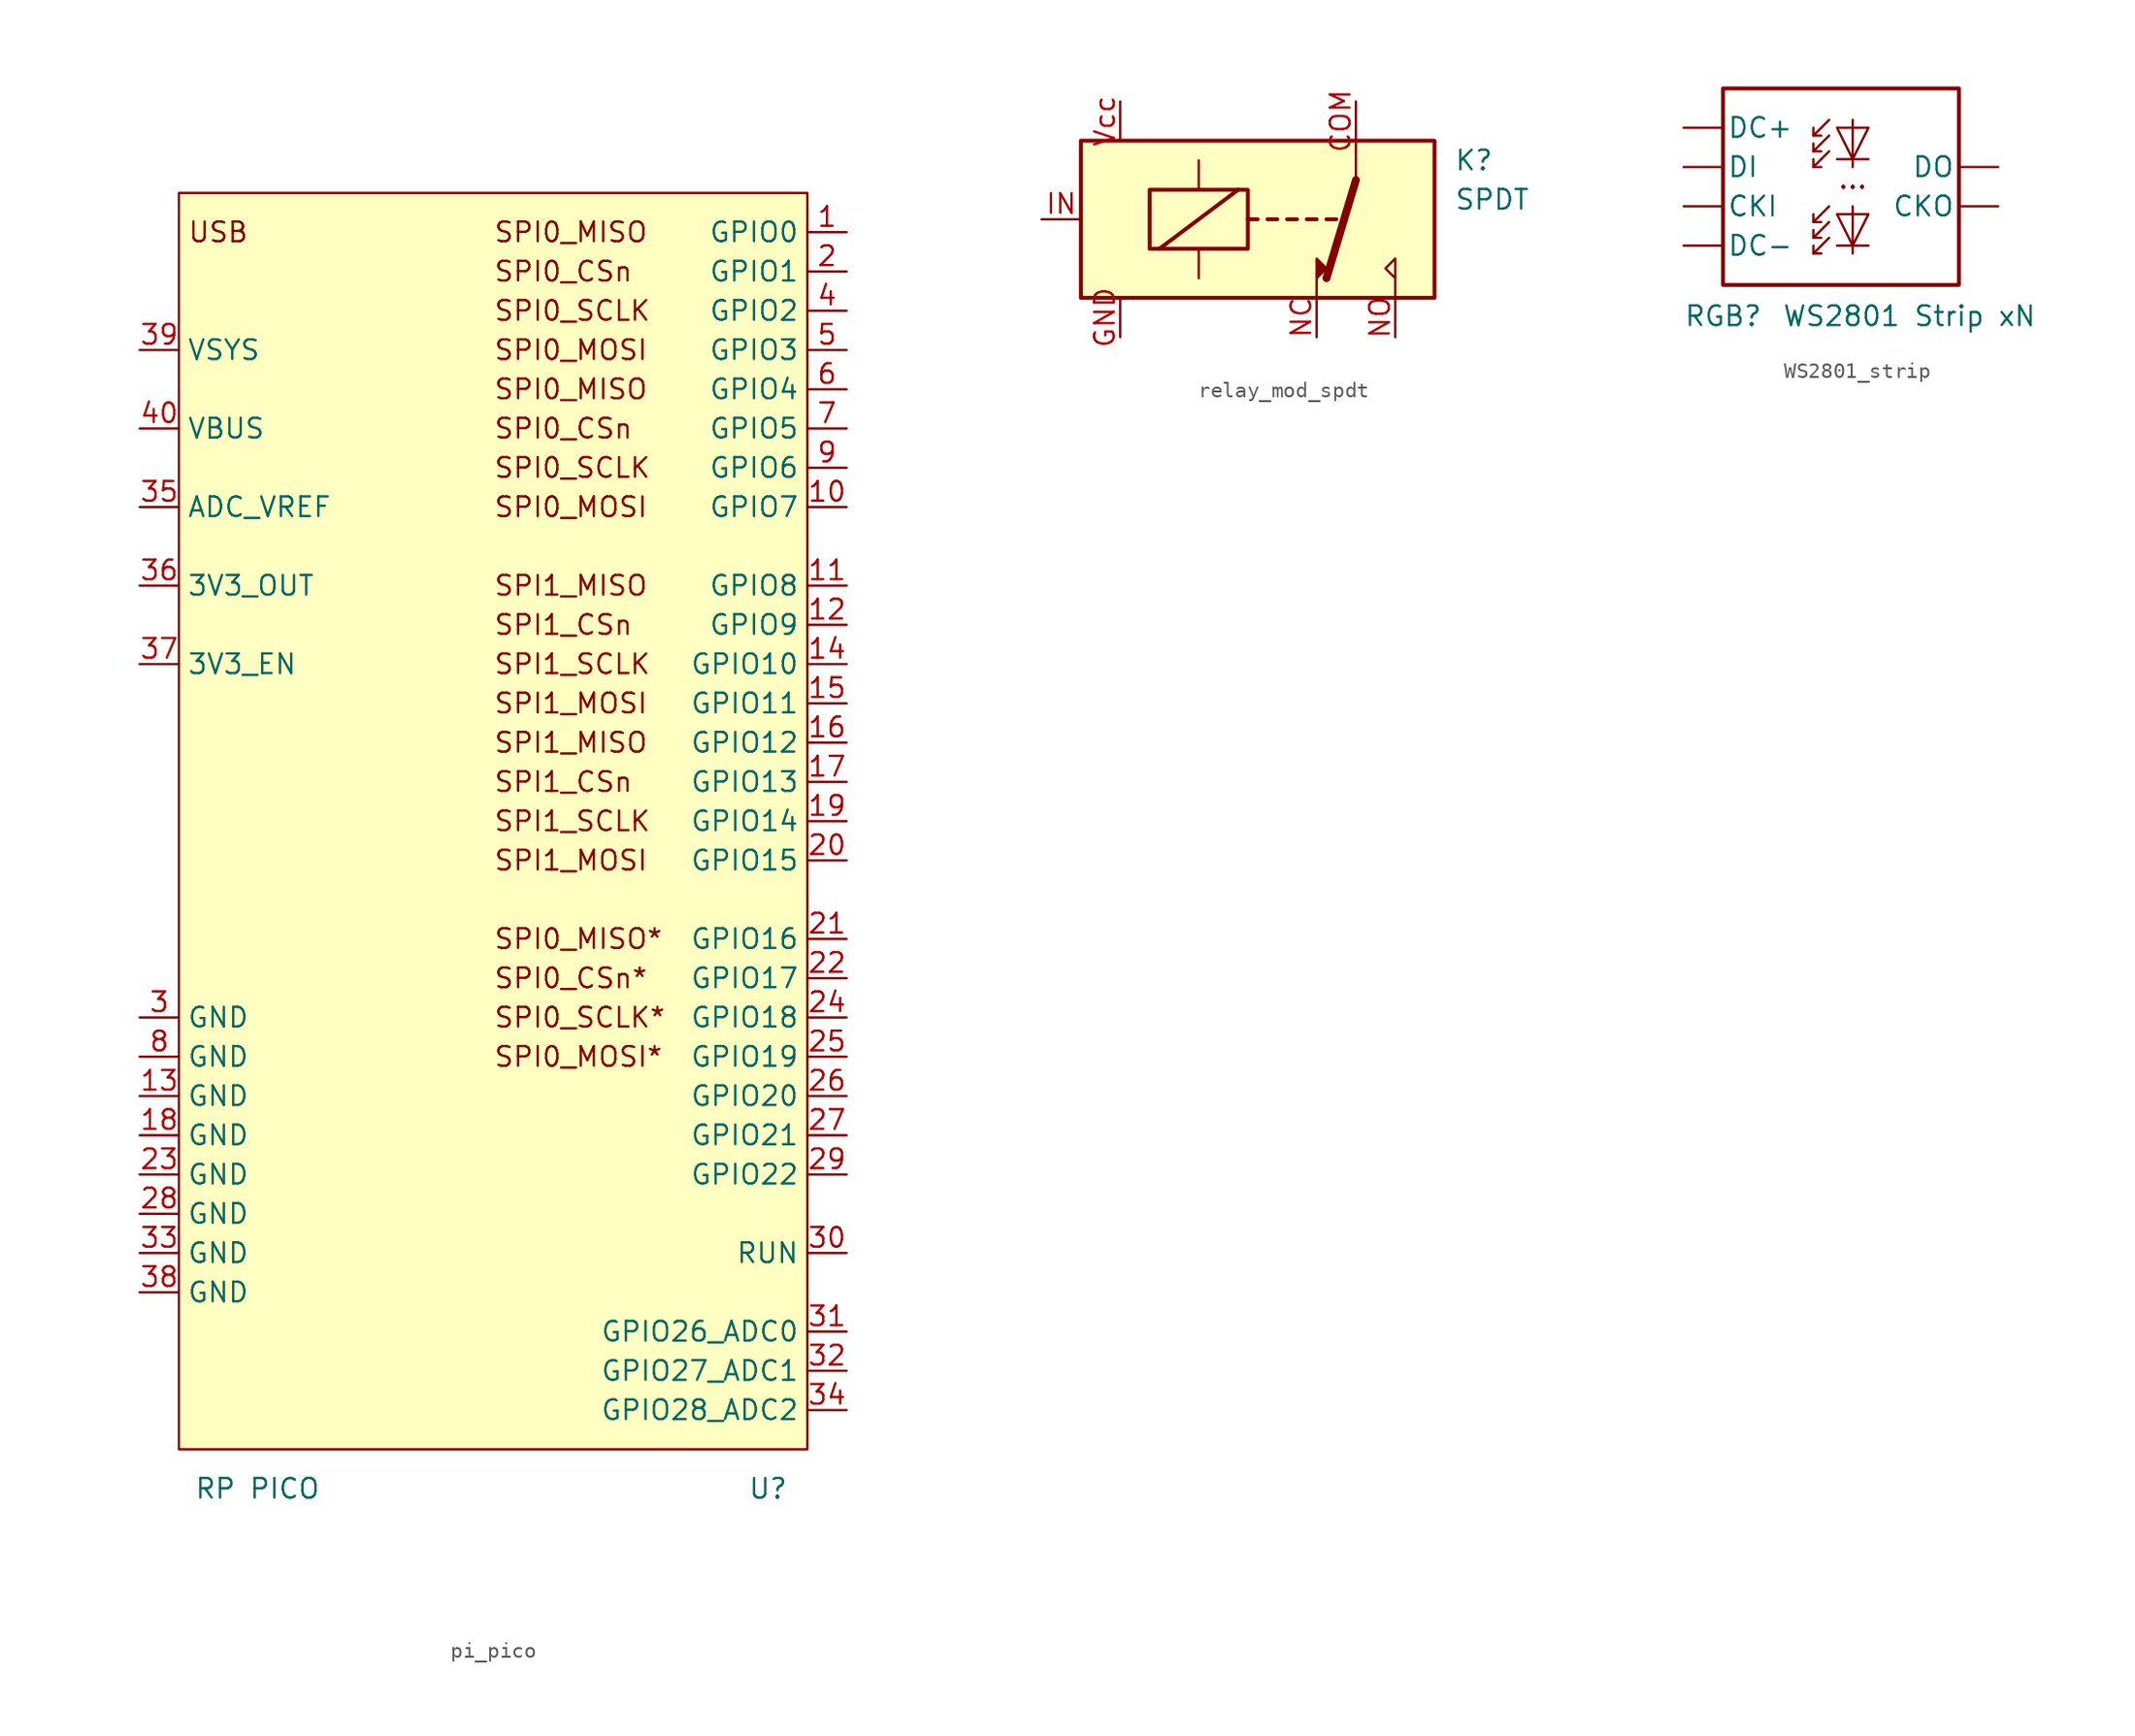
<source format=kicad_sym>
(kicad_symbol_lib
  (version 20220914)
  (generator kicad_symbol_editor)
  (symbol "pi_pico"
    (property "Reference" "U"
      (at 17.78 -43.18 0)
      (effects (font (size 1.27 1.27))))
    (property "Value" "RP PICO"
      (at -15.24 -43.18 0)
      (effects (font (size 1.27 1.27))))
    (symbol "pi_pico_0_0"
      (pin unspecified line (at 22.86 20.32 180) (length 2.54) (name "GPIO7" (effects (font (size 1.27 1.27)))) (number "10" (effects (font (size 1.27 1.27)))))
      (pin unspecified line (at 22.86 15.24 180) (length 2.54) (name "GPIO8" (effects (font (size 1.27 1.27)))) (number "11" (effects (font (size 1.27 1.27)))))
      (pin unspecified line (at 22.86 12.7 180) (length 2.54) (name "GPIO9" (effects (font (size 1.27 1.27)))) (number "12" (effects (font (size 1.27 1.27)))))
      (pin passive line (at -22.86 -17.78 0) (length 2.54) (name "GND" (effects (font (size 1.27 1.27)))) (number "13" (effects (font (size 1.27 1.27)))))
      (pin unspecified line (at 22.86 10.16 180) (length 2.54) (name "GPIO10" (effects (font (size 1.27 1.27)))) (number "14" (effects (font (size 1.27 1.27)))))
      (pin unspecified line (at 22.86 7.62 180) (length 2.54) (name "GPIO11" (effects (font (size 1.27 1.27)))) (number "15" (effects (font (size 1.27 1.27)))))
      (pin unspecified line (at 22.86 5.08 180) (length 2.54) (name "GPIO12" (effects (font (size 1.27 1.27)))) (number "16" (effects (font (size 1.27 1.27)))))
      (pin unspecified line (at 22.86 2.54 180) (length 2.54) (name "GPIO13" (effects (font (size 1.27 1.27)))) (number "17" (effects (font (size 1.27 1.27)))))
      (pin passive line (at -22.86 -20.32 0) (length 2.54) (name "GND" (effects (font (size 1.27 1.27)))) (number "18" (effects (font (size 1.27 1.27)))))
      (pin unspecified line (at 22.86 0 180) (length 2.54) (name "GPIO14" (effects (font (size 1.27 1.27)))) (number "19" (effects (font (size 1.27 1.27)))))
      (pin unspecified line (at 22.86 35.56 180) (length 2.54) (name "GPIO1" (effects (font (size 1.27 1.27)))) (number "2" (effects (font (size 1.27 1.27)))))
      (pin unspecified line (at 22.86 -2.54 180) (length 2.54) (name "GPIO15" (effects (font (size 1.27 1.27)))) (number "20" (effects (font (size 1.27 1.27)))))
      (pin unspecified line (at 22.86 -7.62 180) (length 2.54) (name "GPIO16" (effects (font (size 1.27 1.27)))) (number "21" (effects (font (size 1.27 1.27)))))
      (pin unspecified line (at 22.86 -10.16 180) (length 2.54) (name "GPIO17" (effects (font (size 1.27 1.27)))) (number "22" (effects (font (size 1.27 1.27)))))
      (pin passive line (at -22.86 -22.86 0) (length 2.54) (name "GND" (effects (font (size 1.27 1.27)))) (number "23" (effects (font (size 1.27 1.27)))))
      (pin unspecified line (at 22.86 -12.7 180) (length 2.54) (name "GPIO18" (effects (font (size 1.27 1.27)))) (number "24" (effects (font (size 1.27 1.27)))))
      (pin unspecified line (at 22.86 -15.24 180) (length 2.54) (name "GPIO19" (effects (font (size 1.27 1.27)))) (number "25" (effects (font (size 1.27 1.27)))))
      (pin unspecified line (at 22.86 -17.78 180) (length 2.54) (name "GPIO20" (effects (font (size 1.27 1.27)))) (number "26" (effects (font (size 1.27 1.27)))))
      (pin unspecified line (at 22.86 -20.32 180) (length 2.54) (name "GPIO21" (effects (font (size 1.27 1.27)))) (number "27" (effects (font (size 1.27 1.27)))))
      (pin passive line (at -22.86 -25.4 0) (length 2.54) (name "GND" (effects (font (size 1.27 1.27)))) (number "28" (effects (font (size 1.27 1.27)))))
      (pin unspecified line (at 22.86 -22.86 180) (length 2.54) (name "GPIO22" (effects (font (size 1.27 1.27)))) (number "29" (effects (font (size 1.27 1.27)))))
      (pin passive line (at -22.86 -12.7 0) (length 2.54) (name "GND" (effects (font (size 1.27 1.27)))) (number "3" (effects (font (size 1.27 1.27)))))
      (pin unspecified line (at 22.86 -27.94 180) (length 2.54) (name "RUN" (effects (font (size 1.27 1.27)))) (number "30" (effects (font (size 1.27 1.27)))))
      (pin passive line (at -22.86 -27.94 0) (length 2.54) (name "GND" (effects (font (size 1.27 1.27)))) (number "33" (effects (font (size 1.27 1.27)))))
      (pin unspecified line (at -22.86 10.16 0) (length 2.54) (name "3V3_EN" (effects (font (size 1.27 1.27)))) (number "37" (effects (font (size 1.27 1.27)))))
      (pin passive line (at -22.86 -30.48 0) (length 2.54) (name "GND" (effects (font (size 1.27 1.27)))) (number "38" (effects (font (size 1.27 1.27)))))
      (pin unspecified line (at 22.86 33.02 180) (length 2.54) (name "GPIO2" (effects (font (size 1.27 1.27)))) (number "4" (effects (font (size 1.27 1.27)))))
      (pin unspecified line (at 22.86 30.48 180) (length 2.54) (name "GPIO3" (effects (font (size 1.27 1.27)))) (number "5" (effects (font (size 1.27 1.27)))))
      (pin unspecified line (at 22.86 27.94 180) (length 2.54) (name "GPIO4" (effects (font (size 1.27 1.27)))) (number "6" (effects (font (size 1.27 1.27)))))
      (pin unspecified line (at 22.86 25.4 180) (length 2.54) (name "GPIO5" (effects (font (size 1.27 1.27)))) (number "7" (effects (font (size 1.27 1.27)))))
      (pin passive line (at -22.86 -15.24 0) (length 2.54) (name "GND" (effects (font (size 1.27 1.27)))) (number "8" (effects (font (size 1.27 1.27)))))
      (pin unspecified line (at 22.86 22.86 180) (length 2.54) (name "GPIO6" (effects (font (size 1.27 1.27)))) (number "9" (effects (font (size 1.27 1.27))))))
    (symbol "pi_pico_1_0"
      (pin unspecified line (at 22.86 38.1 180) (length 2.54) (name "GPIO0" (effects (font (size 1.27 1.27)))) (number "1" (effects (font (size 1.27 1.27)))))
      (pin unspecified line (at 22.86 -33.02 180) (length 2.54) (name "GPIO26_ADC0" (effects (font (size 1.27 1.27)))) (number "31" (effects (font (size 1.27 1.27)))))
      (pin unspecified line (at 22.86 -35.56 180) (length 2.54) (name "GPIO27_ADC1" (effects (font (size 1.27 1.27)))) (number "32" (effects (font (size 1.27 1.27)))))
      (pin unspecified line (at 22.86 -38.1 180) (length 2.54) (name "GPIO28_ADC2" (effects (font (size 1.27 1.27)))) (number "34" (effects (font (size 1.27 1.27)))))
      (pin input line (at -22.86 20.32 0) (length 2.54) (name "ADC_VREF" (effects (font (size 1.27 1.27)))) (number "35" (effects (font (size 1.27 1.27)))))
      (pin power_out line (at -22.86 15.24 0) (length 2.54) (name "3V3_OUT" (effects (font (size 1.27 1.27)))) (number "36" (effects (font (size 1.27 1.27)))))
      (pin power_in line (at -22.86 30.48 0) (length 2.54) (name "VSYS" (effects (font (size 1.27 1.27)))) (number "39" (effects (font (size 1.27 1.27)))))
      (pin power_out line (at -22.86 25.4 0) (length 2.54) (name "VBUS" (effects (font (size 1.27 1.27)))) (number "40" (effects (font (size 1.27 1.27))))))
    (symbol "pi_pico_1_1"
      (rectangle (start -20.32 40.64) (end 20.32 -40.64) (stroke (width 0) (type default)) (fill (type background)))
      (text "SPI0_CSn" (at 0 25.4 0) (effects (font (size 1.27 1.27)) (justify left)))
      (text "SPI0_CSn" (at 0 35.56 0) (effects (font (size 1.27 1.27)) (justify left)))
      (text "SPI0_CSn*" (at 0 -10.16 0) (effects (font (size 1.27 1.27)) (justify left)))
      (text "SPI0_MISO" (at 0 27.94 0) (effects (font (size 1.27 1.27)) (justify left)))
      (text "SPI0_MISO" (at 0 38.1 0) (effects (font (size 1.27 1.27)) (justify left)))
      (text "SPI0_MISO*" (at 0 -7.62 0) (effects (font (size 1.27 1.27)) (justify left)))
      (text "SPI0_MOSI" (at 0 20.32 0) (effects (font (size 1.27 1.27)) (justify left)))
      (text "SPI0_MOSI" (at 0 30.48 0) (effects (font (size 1.27 1.27)) (justify left)))
      (text "SPI0_MOSI*" (at 0 -15.24 0) (effects (font (size 1.27 1.27)) (justify left)))
      (text "SPI0_SCLK" (at 0 22.86 0) (effects (font (size 1.27 1.27)) (justify left)))
      (text "SPI0_SCLK" (at 0 33.02 0) (effects (font (size 1.27 1.27)) (justify left)))
      (text "SPI0_SCLK*" (at 0 -12.7 0) (effects (font (size 1.27 1.27)) (justify left)))
      (text "SPI1_CSn" (at 0 2.54 0) (effects (font (size 1.27 1.27)) (justify left)))
      (text "SPI1_CSn" (at 0 12.7 0) (effects (font (size 1.27 1.27)) (justify left)))
      (text "SPI1_MISO" (at 0 5.08 0) (effects (font (size 1.27 1.27)) (justify left)))
      (text "SPI1_MISO" (at 0 15.24 0) (effects (font (size 1.27 1.27)) (justify left)))
      (text "SPI1_MOSI" (at 0 -2.54 0) (effects (font (size 1.27 1.27)) (justify left)))
      (text "SPI1_MOSI" (at 0 7.62 0) (effects (font (size 1.27 1.27)) (justify left)))
      (text "SPI1_SCLK" (at 0 0 0) (effects (font (size 1.27 1.27)) (justify left)))
      (text "SPI1_SCLK" (at 0 10.16 0) (effects (font (size 1.27 1.27)) (justify left)))
      (text "USB" (at -17.78 38.1 0) (effects (font (size 1.27 1.27))))))
  (symbol "relay_mod_spdt"
    (pin_names
      (offset 0.002))
    (property "Reference" "K"
      (at 11.43 3.81 0)
      (effects (font (size 1.27 1.27)) (justify left)))
    (property "Value" "SPDT"
      (at 11.43 1.27 0)
      (effects (font (size 1.27 1.27)) (justify left)))
    (symbol "relay_mod_spdt_0_0"
      (polyline (pts (xy 7.62 -5.08) (xy 7.62 -2.54) (xy 6.985 -3.175) (xy 7.62 -3.81)) (stroke (width 0) (type default)) (fill (type none))))
    (symbol "relay_mod_spdt_0_1"
      (rectangle (start -12.7 5.08) (end 10.16 -5.08) (stroke (width 0.254) (type default)) (fill (type background)))
      (rectangle (start -8.255 1.905) (end -1.905 -1.905) (stroke (width 0.254) (type default)) (fill (type none)))
      (polyline (pts (xy -7.62 -1.905) (xy -2.54 1.905)) (stroke (width 0.254) (type default)) (fill (type none)))
      (polyline (pts (xy -5.08 -3.81) (xy -5.08 -1.905)) (stroke (width 0) (type default)) (fill (type none)))
      (polyline (pts (xy -5.08 3.81) (xy -5.08 1.905)) (stroke (width 0) (type default)) (fill (type none)))
      (polyline (pts (xy -1.905 0) (xy -1.27 0)) (stroke (width 0.254) (type default)) (fill (type none)))
      (polyline (pts (xy -0.635 0) (xy 0 0)) (stroke (width 0.254) (type default)) (fill (type none)))
      (polyline (pts (xy 0.635 0) (xy 1.27 0)) (stroke (width 0.254) (type default)) (fill (type none)))
      (polyline (pts (xy 1.905 0) (xy 2.54 0)) (stroke (width 0.254) (type default)) (fill (type none)))
      (polyline (pts (xy 3.175 0) (xy 3.81 0)) (stroke (width 0.254) (type default)) (fill (type none)))
      (polyline (pts (xy 5.08 2.54) (xy 3.175 -3.81)) (stroke (width 0.508) (type default)) (fill (type none)))
      (polyline (pts (xy 5.08 2.54) (xy 5.08 5.08)) (stroke (width 0) (type default)) (fill (type none)))
      (polyline (pts (xy 2.54 -5.08) (xy 2.54 -2.54) (xy 3.175 -3.175) (xy 2.54 -3.81)) (stroke (width 0) (type default)) (fill (type outline))))
    (symbol "relay_mod_spdt_1_1"
      (pin passive line (at 5.08 7.62 270) (length 2.54) (name "~" (effects (font (size 1.27 1.27)))) (number "COM" (effects (font (size 1.27 1.27)))))
      (pin passive line (at -10.16 -7.62 90) (length 2.54) (name "~" (effects (font (size 1.27 1.27)))) (number "GND" (effects (font (size 1.27 1.27)))))
      (pin passive line (at -15.24 0 0) (length 2.54) (name "~" (effects (font (size 1.27 1.27)))) (number "IN" (effects (font (size 1.27 1.27)))))
      (pin passive line (at 2.54 -7.62 90) (length 2.54) (name "~" (effects (font (size 1.27 1.27)))) (number "NC" (effects (font (size 1.27 1.27)))))
      (pin passive line (at 7.62 -7.62 90) (length 2.54) (name "~" (effects (font (size 1.27 1.27)))) (number "NO" (effects (font (size 1.27 1.27)))))
      (pin passive line (at -10.16 7.62 270) (length 2.54) (name "~" (effects (font (size 1.27 1.27)))) (number "Vcc" (effects (font (size 1.27 1.27)))))))
  (symbol "WS2801_strip"
    (pin_names
      (offset 0.254))
    (property "Reference" "RGB"
      (at -10.16 -13.97 0)
      (effects (font (size 1.27 1.27)) (justify left top)))
    (property "Value" "WS2801 Strip xN"
      (at -3.81 -13.97 0)
      (effects (font (size 1.27 1.27)) (justify left top)))
    (symbol "WS2801_strip_0_1"
      (polyline (pts (xy -1.778 -10.668) (xy -1.27 -10.668)) (stroke (width 0) (type default)) (fill (type none)))
      (polyline (pts (xy -1.778 -9.652) (xy -1.27 -9.652)) (stroke (width 0) (type default)) (fill (type none)))
      (polyline (pts (xy -1.778 -8.636) (xy -1.27 -8.636)) (stroke (width 0) (type default)) (fill (type none)))
      (polyline (pts (xy -1.778 -5.08) (xy -1.27 -5.08)) (stroke (width 0) (type default)) (fill (type none)))
      (polyline (pts (xy -1.778 -4.064) (xy -1.27 -4.064)) (stroke (width 0) (type default)) (fill (type none)))
      (polyline (pts (xy -1.778 -3.048) (xy -1.27 -3.048)) (stroke (width 0) (type default)) (fill (type none)))
      (polyline (pts (xy 1.778 -10.16) (xy -0.254 -10.16)) (stroke (width 0) (type default)) (fill (type none)))
      (polyline (pts (xy 1.778 -4.572) (xy -0.254 -4.572)) (stroke (width 0) (type default)) (fill (type none)))
      (polyline (pts (xy -0.762 -9.652) (xy -1.778 -10.668) (xy -1.778 -10.16)) (stroke (width 0) (type default)) (fill (type none)))
      (polyline (pts (xy -0.762 -8.636) (xy -1.778 -9.652) (xy -1.778 -9.144)) (stroke (width 0) (type default)) (fill (type none)))
      (polyline (pts (xy -0.762 -7.62) (xy -1.778 -8.636) (xy -1.778 -8.128)) (stroke (width 0) (type default)) (fill (type none)))
      (polyline (pts (xy -0.762 -4.064) (xy -1.778 -5.08) (xy -1.778 -4.572)) (stroke (width 0) (type default)) (fill (type none)))
      (polyline (pts (xy -0.762 -3.048) (xy -1.778 -4.064) (xy -1.778 -3.556)) (stroke (width 0) (type default)) (fill (type none)))
      (polyline (pts (xy -0.762 -2.032) (xy -1.778 -3.048) (xy -1.778 -2.54)) (stroke (width 0) (type default)) (fill (type none)))
      (polyline (pts (xy 0.762 -7.62) (xy 0.762 -10.16) (xy 0.762 -10.668)) (stroke (width 0) (type default)) (fill (type none)))
      (polyline (pts (xy 0.762 -2.032) (xy 0.762 -4.572) (xy 0.762 -5.08)) (stroke (width 0) (type default)) (fill (type none)))
      (polyline (pts (xy 1.778 -8.128) (xy -0.254 -8.128) (xy 0.762 -10.16) (xy 1.778 -8.128)) (stroke (width 0) (type default)) (fill (type none)))
      (polyline (pts (xy 1.778 -2.54) (xy -0.254 -2.54) (xy 0.762 -4.572) (xy 1.778 -2.54)) (stroke (width 0) (type default)) (fill (type none))))
    (symbol "WS2801_strip_1_1"
      (rectangle (start -7.62 0) (end 7.62 -12.7) (stroke (width 0.254) (type default)) (fill (type none)))
      (text "..." (at 0.762 -5.842 0) (effects (font (size 1.27 1.27))))
      (pin input line (at -10.16 -7.62 0) (length 2.54) (name "CKI" (effects (font (size 1.27 1.27)))) (number "" (effects (font (size 1.27 1.27)))))
      (pin output line (at 10.16 -7.62 180) (length 2.54) (name "CKO" (effects (font (size 1.27 1.27)))) (number "" (effects (font (size 1.27 1.27)))))
      (pin power_in line (at -10.16 -2.54 0) (length 2.54) (name "DC+" (effects (font (size 1.27 1.27)))) (number "" (effects (font (size 1.27 1.27)))))
      (pin power_in line (at -10.16 -10.16 0) (length 2.54) (name "DC-" (effects (font (size 1.27 1.27)))) (number "" (effects (font (size 1.27 1.27)))))
      (pin input line (at -10.16 -5.08 0) (length 2.54) (name "DI" (effects (font (size 1.27 1.27)))) (number "" (effects (font (size 1.27 1.27)))))
      (pin output line (at 10.16 -5.08 180) (length 2.54) (name "DO" (effects (font (size 1.27 1.27)))) (number "" (effects (font (size 1.27 1.27))))))))
</source>
